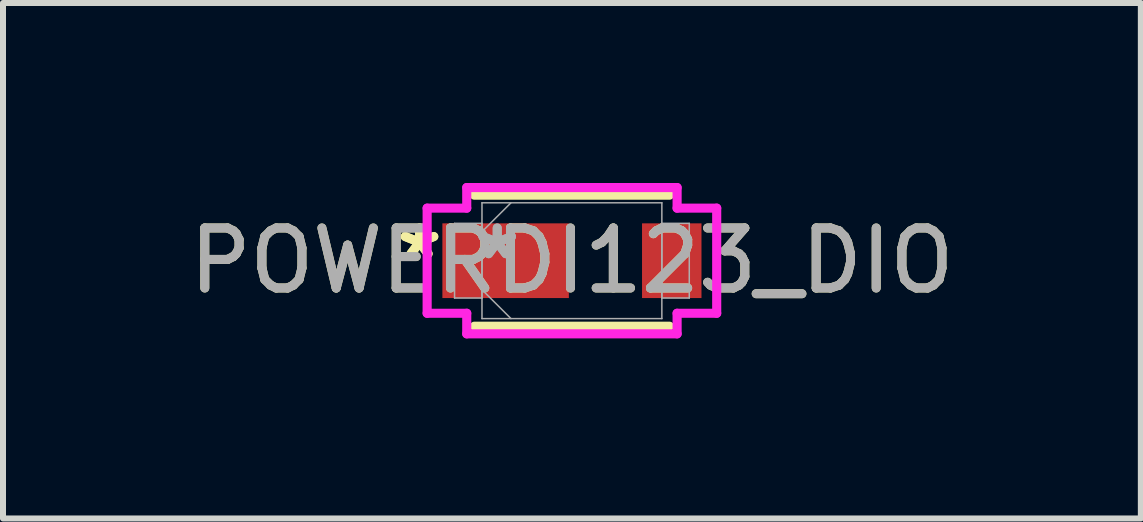
<source format=kicad_pcb>
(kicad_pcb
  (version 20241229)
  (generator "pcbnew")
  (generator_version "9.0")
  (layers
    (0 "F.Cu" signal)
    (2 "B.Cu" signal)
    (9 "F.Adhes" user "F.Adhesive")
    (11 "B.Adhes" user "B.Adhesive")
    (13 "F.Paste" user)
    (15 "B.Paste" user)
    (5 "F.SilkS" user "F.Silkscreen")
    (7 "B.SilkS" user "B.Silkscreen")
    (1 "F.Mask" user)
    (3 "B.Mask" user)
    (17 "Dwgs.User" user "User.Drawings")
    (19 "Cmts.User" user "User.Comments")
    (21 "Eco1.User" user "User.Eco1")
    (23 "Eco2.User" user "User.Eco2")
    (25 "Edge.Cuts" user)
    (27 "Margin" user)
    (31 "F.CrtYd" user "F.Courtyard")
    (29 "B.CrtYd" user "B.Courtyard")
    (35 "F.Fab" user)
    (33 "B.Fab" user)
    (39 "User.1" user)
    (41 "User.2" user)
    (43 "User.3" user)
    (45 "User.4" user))
  (footprint "POWERDI123_DIO"
    (layer "F.Cu")
    (at 6.482 1.295)
    (property "Reference" "POWERDI123_DIO" (at 0 0 0) (unlocked yes) (layer "F.SilkS") (effects (font (size 1 1) (thickness 0.15))))
    (attr smd)
    (fp_line (start -1.626 1.092) (end 1.626 1.092) (stroke (width 0.152) (type solid)) (layer "F.SilkS"))
    (fp_line (start 1.626 -1.092) (end -1.626 -1.092) (stroke (width 0.152) (type solid)) (layer "F.SilkS"))
    (fp_line (start -2.413 -0.876) (end -1.753 -0.876) (stroke (width 0.152) (type solid)) (layer "F.CrtYd"))
    (fp_line (start -2.413 0.876) (end -2.413 -0.876) (stroke (width 0.152) (type solid)) (layer "F.CrtYd"))
    (fp_line (start -1.753 -1.219) (end 1.753 -1.219) (stroke (width 0.152) (type solid)) (layer "F.CrtYd"))
    (fp_line (start -1.753 -0.876) (end -1.753 -1.219) (stroke (width 0.152) (type solid)) (layer "F.CrtYd"))
    (fp_line (start -1.753 0.876) (end -2.413 0.876) (stroke (width 0.152) (type solid)) (layer "F.CrtYd"))
    (fp_line (start -1.753 1.219) (end -1.753 0.876) (stroke (width 0.152) (type solid)) (layer "F.CrtYd"))
    (fp_line (start 1.753 -1.219) (end 1.753 -0.876) (stroke (width 0.152) (type solid)) (layer "F.CrtYd"))
    (fp_line (start 1.753 -0.876) (end 2.413 -0.876) (stroke (width 0.152) (type solid)) (layer "F.CrtYd"))
    (fp_line (start 1.753 0.876) (end 1.753 1.219) (stroke (width 0.152) (type solid)) (layer "F.CrtYd"))
    (fp_line (start 1.753 1.219) (end -1.753 1.219) (stroke (width 0.152) (type solid)) (layer "F.CrtYd"))
    (fp_line (start 2.413 -0.876) (end 2.413 0.876) (stroke (width 0.152) (type solid)) (layer "F.CrtYd"))
    (fp_line (start 2.413 0.876) (end 1.753 0.876) (stroke (width 0.152) (type solid)) (layer "F.CrtYd"))
    (fp_line (start -1.956 -0.622) (end -1.956 0.622) (stroke (width 0.025) (type solid)) (layer "F.Fab"))
    (fp_line (start -1.956 0.622) (end -1.499 0.622) (stroke (width 0.025) (type solid)) (layer "F.Fab"))
    (fp_line (start -1.499 -0.965) (end -1.499 0.965) (stroke (width 0.025) (type solid)) (layer "F.Fab"))
    (fp_line (start -1.499 -0.622) (end -1.956 -0.622) (stroke (width 0.025) (type solid)) (layer "F.Fab"))
    (fp_line (start -1.499 -0.483) (end -1.016 -0.965) (stroke (width 0.025) (type solid)) (layer "F.Fab"))
    (fp_line (start -1.499 0.483) (end -1.016 0.965) (stroke (width 0.025) (type solid)) (layer "F.Fab"))
    (fp_line (start -1.499 0.622) (end -1.499 -0.622) (stroke (width 0.025) (type solid)) (layer "F.Fab"))
    (fp_line (start -1.499 0.965) (end 1.499 0.965) (stroke (width 0.025) (type solid)) (layer "F.Fab"))
    (fp_line (start 1.499 -0.965) (end -1.499 -0.965) (stroke (width 0.025) (type solid)) (layer "F.Fab"))
    (fp_line (start 1.499 -0.622) (end 1.499 0.622) (stroke (width 0.025) (type solid)) (layer "F.Fab"))
    (fp_line (start 1.499 0.622) (end 1.956 0.622) (stroke (width 0.025) (type solid)) (layer "F.Fab"))
    (fp_line (start 1.499 0.965) (end 1.499 -0.965) (stroke (width 0.025) (type solid)) (layer "F.Fab"))
    (fp_line (start 1.956 -0.622) (end 1.499 -0.622) (stroke (width 0.025) (type solid)) (layer "F.Fab"))
    (fp_line (start 1.956 0.622) (end 1.956 -0.622) (stroke (width 0.025) (type solid)) (layer "F.Fab"))
    (fp_text user "*" (at -2.54 0 0) (unlocked yes) (layer "F.SilkS") (effects (font (size 1 1) (thickness 0.15))))
    (fp_text user "*" (at -2.54 0 0) (layer "F.SilkS") (effects (font (size 1 1) (thickness 0.15))))
    (fp_text user "*" (at -1.245 0 0) (unlocked yes) (layer "F.Fab") (effects (font (size 1 1) (thickness 0.15))))
    (fp_text user "*" (at -1.245 0 0) (layer "F.Fab") (effects (font (size 1 1) (thickness 0.15))))
    (fp_text user "${REFERENCE}" (at 0 0 0) (unlocked yes) (layer "F.Fab") (effects (font (size 1 1) (thickness 0.15))))
    (pad "1" smd rect (at -1.105 0) (size 2.108 1.245) (layers "F.Cu" "F.Mask" "F.Paste"))
    (pad "2" smd rect (at 1.664 0) (size 0.991 1.245) (layers "F.Cu" "F.Mask" "F.Paste"))
    (zone (net_name "") (layer "F.Cu") (hatch full 0.508) (connect_pads) (min_thickness 0.254) (filled_areas_thickness no) (keepout (tracks not_allowed) (vias not_allowed) (pads allowed) (copperpour not_allowed) (footprints allowed)) (placement (enabled no)) (fill) (polygon (pts (xy 6.482 0.381) (xy 7.6 0.381) (xy 7.6 2.21) (xy 6.482 2.21)))))
  (gr_rect
    (start -3 -3)
    (end 15.964 5.591)
    (stroke (width 0.1) (type default))
    (fill no)
    (layer "Edge.Cuts")))
</source>
